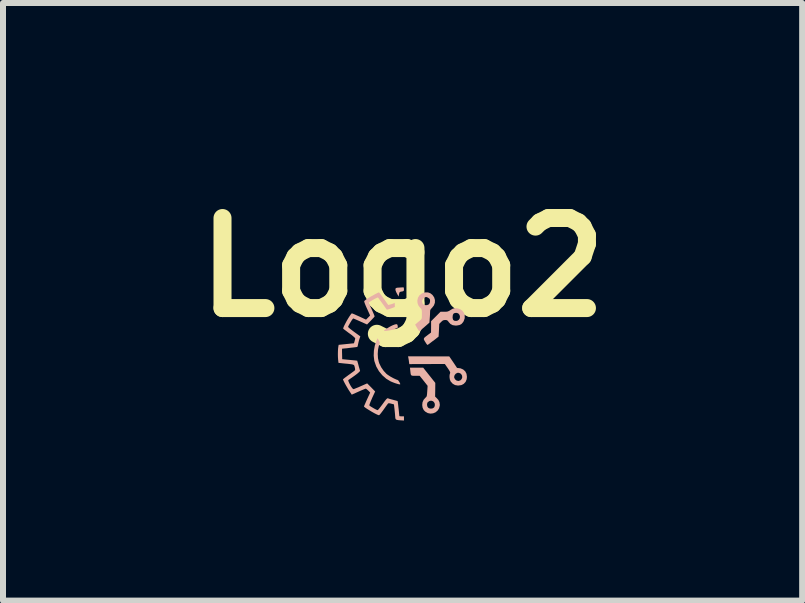
<source format=kicad_pcb>
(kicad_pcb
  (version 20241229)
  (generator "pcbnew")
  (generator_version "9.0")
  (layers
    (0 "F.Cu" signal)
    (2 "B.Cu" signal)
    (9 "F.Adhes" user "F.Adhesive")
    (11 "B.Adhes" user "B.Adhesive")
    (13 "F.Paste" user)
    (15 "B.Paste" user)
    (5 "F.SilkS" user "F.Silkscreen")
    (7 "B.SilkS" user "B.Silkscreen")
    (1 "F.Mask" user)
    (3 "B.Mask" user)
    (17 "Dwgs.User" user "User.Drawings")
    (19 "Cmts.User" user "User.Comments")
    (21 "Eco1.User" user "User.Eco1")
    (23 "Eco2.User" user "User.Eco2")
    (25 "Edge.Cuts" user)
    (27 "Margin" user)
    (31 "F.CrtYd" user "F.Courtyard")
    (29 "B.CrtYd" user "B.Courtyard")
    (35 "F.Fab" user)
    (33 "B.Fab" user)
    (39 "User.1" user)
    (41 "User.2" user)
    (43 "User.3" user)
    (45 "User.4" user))
  (footprint "Logo2"
    (layer "F.Cu")
    (at 3.607 2.904)
    (property "Reference" "Logo2" (at 0.05 -1.5 0) (layer "F.SilkS") (effects (font (size 1.5 1.5) (thickness 0.3))))
    (attr board_only exclude_from_pos_files exclude_from_bom)
    (fp_poly (pts (xy -0.009 -1.053) (xy -0.004 -1.077) (xy 0.005 -1.089) (xy 0.02 -1.095) (xy 0.036 -1.097) (xy 0.058 -1.102) (xy 0.069 -1.109) (xy 0.072 -1.123) (xy 0.073 -1.136) (xy 0.07 -1.16) (xy 0.063 -1.168) (xy 0.062 -1.168) (xy 0.048 -1.166) (xy 0.023 -1.165) (xy -0.006 -1.163) (xy -0.037 -1.161) (xy -0.055 -1.157) (xy -0.064 -1.151) (xy -0.069 -1.14) (xy -0.069 -1.139) (xy -0.068 -1.119) (xy -0.057 -1.089) (xy -0.046 -1.067) (xy -0.017 -1.014)) (stroke (width 0) (type solid)) (fill yes) (layer "B.SilkS"))
    (fp_poly (pts (xy -0.233 -0.441) (xy -0.205 -0.444) (xy -0.172 -0.449) (xy -0.14 -0.455) (xy -0.112 -0.462) (xy -0.095 -0.468) (xy -0.07 -0.478) (xy -0.049 -0.485) (xy -0.042 -0.486) (xy -0.033 -0.494) (xy -0.03 -0.511) (xy -0.033 -0.534) (xy -0.035 -0.541) (xy -0.043 -0.551) (xy -0.057 -0.553) (xy -0.08 -0.548) (xy -0.115 -0.535) (xy -0.117 -0.534) (xy -0.142 -0.522) (xy -0.172 -0.506) (xy -0.202 -0.487) (xy -0.229 -0.47) (xy -0.25 -0.455) (xy -0.26 -0.445) (xy -0.26 -0.444) (xy -0.253 -0.441)) (stroke (width 0) (type solid)) (fill yes) (layer "B.SilkS"))
    (fp_poly (pts (xy 0.011 0.448) (xy 0.01 0.439) (xy 0.002 0.421) (xy -0.01 0.401) (xy -0.022 0.384) (xy -0.032 0.376) (xy -0.033 0.376) (xy -0.05 0.371) (xy -0.077 0.359) (xy -0.111 0.343) (xy -0.147 0.323) (xy -0.18 0.302) (xy -0.208 0.283) (xy -0.219 0.274) (xy -0.264 0.226) (xy -0.305 0.167) (xy -0.336 0.105) (xy -0.346 0.077) (xy -0.36 0.013) (xy -0.364 -0.058) (xy -0.359 -0.13) (xy -0.346 -0.19) (xy -0.328 -0.247) (xy -0.346 -0.281) (xy -0.357 -0.302) (xy -0.364 -0.314) (xy -0.366 -0.316) (xy -0.371 -0.309) (xy -0.38 -0.29) (xy -0.387 -0.274) (xy -0.413 -0.195) (xy -0.428 -0.111) (xy -0.431 -0.027) (xy -0.422 0.053) (xy -0.417 0.071) (xy -0.388 0.153) (xy -0.344 0.23) (xy -0.288 0.298) (xy -0.222 0.356) (xy -0.149 0.4) (xy -0.113 0.415) (xy -0.076 0.429) (xy -0.041 0.44) (xy -0.012 0.448) (xy 0.006 0.45)) (stroke (width 0) (type solid)) (fill yes) (layer "B.SilkS"))
    (fp_poly (pts (xy 1.028 0.462) (xy 1.069 0.441) (xy 1.1 0.408) (xy 1.118 0.364) (xy 1.122 0.324) (xy 1.115 0.274) (xy 1.094 0.233) (xy 1.06 0.202) (xy 1.017 0.183) (xy 0.997 0.18) (xy 0.957 0.175) (xy 0.893 0.079) (xy 0.828 -0.016) (xy 0.485 -0.017) (xy 0.141 -0.017) (xy 0.146 0.006) (xy 0.15 0.029) (xy 0.155 0.059) (xy 0.156 0.071) (xy 0.162 0.112) (xy 0.458 0.111) (xy 0.754 0.11) (xy 0.802 0.179) (xy 0.824 0.212) (xy 0.837 0.235) (xy 0.843 0.25) (xy 0.842 0.261) (xy 0.841 0.264) (xy 0.833 0.292) (xy 0.832 0.324) (xy 0.909 0.324) (xy 0.917 0.295) (xy 0.937 0.271) (xy 0.965 0.257) (xy 0.977 0.256) (xy 1.007 0.264) (xy 1.025 0.277) (xy 1.041 0.304) (xy 1.044 0.333) (xy 1.034 0.36) (xy 1.015 0.381) (xy 0.986 0.392) (xy 0.977 0.393) (xy 0.948 0.385) (xy 0.924 0.365) (xy 0.91 0.337) (xy 0.909 0.324) (xy 0.832 0.324) (xy 0.832 0.329) (xy 0.837 0.366) (xy 0.849 0.397) (xy 0.852 0.402) (xy 0.885 0.439) (xy 0.924 0.461) (xy 0.971 0.469) (xy 0.977 0.469)) (stroke (width 0) (type solid)) (fill yes) (layer "B.SilkS"))
    (fp_poly (pts (xy 0.558 0.932) (xy 0.598 0.916) (xy 0.632 0.888) (xy 0.657 0.85) (xy 0.669 0.805) (xy 0.67 0.786) (xy 0.664 0.745) (xy 0.646 0.709) (xy 0.619 0.679) (xy 0.592 0.653) (xy 0.594 0.539) (xy 0.595 0.425) (xy 0.494 0.298) (xy 0.393 0.171) (xy 0.283 0.171) (xy 0.173 0.171) (xy 0.179 0.228) (xy 0.183 0.265) (xy 0.188 0.288) (xy 0.198 0.301) (xy 0.215 0.306) (xy 0.243 0.307) (xy 0.264 0.307) (xy 0.334 0.307) (xy 0.401 0.39) (xy 0.467 0.474) (xy 0.461 0.563) (xy 0.458 0.604) (xy 0.455 0.631) (xy 0.451 0.648) (xy 0.444 0.66) (xy 0.434 0.669) (xy 0.43 0.673) (xy 0.4 0.707) (xy 0.382 0.748) (xy 0.378 0.785) (xy 0.457 0.785) (xy 0.462 0.758) (xy 0.467 0.75) (xy 0.494 0.728) (xy 0.525 0.721) (xy 0.555 0.73) (xy 0.571 0.743) (xy 0.585 0.767) (xy 0.588 0.796) (xy 0.58 0.825) (xy 0.572 0.836) (xy 0.549 0.85) (xy 0.52 0.854) (xy 0.491 0.848) (xy 0.474 0.836) (xy 0.461 0.814) (xy 0.457 0.785) (xy 0.378 0.785) (xy 0.377 0.793) (xy 0.383 0.837) (xy 0.402 0.877) (xy 0.427 0.903) (xy 0.47 0.928) (xy 0.515 0.937)) (stroke (width 0) (type solid)) (fill yes) (layer "B.SilkS"))
    (fp_poly (pts (xy 0.337 -0.441) (xy 0.355 -0.455) (xy 0.38 -0.477) (xy 0.411 -0.503) (xy 0.415 -0.507) (xy 0.497 -0.579) (xy 0.502 -0.645) (xy 0.505 -0.684) (xy 0.507 -0.723) (xy 0.508 -0.753) (xy 0.508 -0.753) (xy 0.509 -0.779) (xy 0.516 -0.798) (xy 0.531 -0.816) (xy 0.541 -0.826) (xy 0.572 -0.866) (xy 0.588 -0.91) (xy 0.589 -0.956) (xy 0.576 -1) (xy 0.549 -1.039) (xy 0.513 -1.068) (xy 0.475 -1.082) (xy 0.431 -1.083) (xy 0.388 -1.073) (xy 0.366 -1.062) (xy 0.329 -1.032) (xy 0.306 -0.993) (xy 0.296 -0.949) (xy 0.297 -0.926) (xy 0.376 -0.926) (xy 0.379 -0.954) (xy 0.393 -0.979) (xy 0.414 -0.996) (xy 0.434 -1.005) (xy 0.45 -1.005) (xy 0.469 -0.997) (xy 0.48 -0.99) (xy 0.499 -0.976) (xy 0.506 -0.96) (xy 0.508 -0.939) (xy 0.502 -0.904) (xy 0.484 -0.881) (xy 0.455 -0.87) (xy 0.427 -0.87) (xy 0.4 -0.88) (xy 0.383 -0.9) (xy 0.376 -0.926) (xy 0.297 -0.926) (xy 0.299 -0.904) (xy 0.316 -0.86) (xy 0.345 -0.824) (xy 0.357 -0.812) (xy 0.365 -0.8) (xy 0.369 -0.785) (xy 0.371 -0.762) (xy 0.371 -0.726) (xy 0.371 -0.72) (xy 0.371 -0.683) (xy 0.37 -0.659) (xy 0.366 -0.643) (xy 0.359 -0.632) (xy 0.347 -0.621) (xy 0.344 -0.618) (xy 0.318 -0.597) (xy 0.291 -0.574) (xy 0.287 -0.57) (xy 0.259 -0.546) (xy 0.291 -0.49) (xy 0.307 -0.464) (xy 0.321 -0.444) (xy 0.328 -0.435) (xy 0.329 -0.435)) (stroke (width 0) (type solid)) (fill yes) (layer "B.SilkS"))
    (fp_poly (pts (xy 0.466 -0.207) (xy 0.475 -0.213) (xy 0.495 -0.227) (xy 0.522 -0.248) (xy 0.555 -0.273) (xy 0.562 -0.277) (xy 0.65 -0.346) (xy 0.656 -0.452) (xy 0.661 -0.558) (xy 0.693 -0.591) (xy 0.715 -0.611) (xy 0.734 -0.62) (xy 0.757 -0.623) (xy 0.76 -0.623) (xy 0.783 -0.621) (xy 0.798 -0.614) (xy 0.813 -0.597) (xy 0.819 -0.588) (xy 0.848 -0.556) (xy 0.884 -0.537) (xy 0.931 -0.53) (xy 0.954 -0.531) (xy 0.998 -0.539) (xy 1.032 -0.557) (xy 1.058 -0.587) (xy 1.069 -0.606) (xy 1.085 -0.653) (xy 1.085 -0.699) (xy 1.072 -0.741) (xy 1.046 -0.776) (xy 1.009 -0.803) (xy 0.964 -0.817) (xy 0.938 -0.819) (xy 0.908 -0.817) (xy 0.883 -0.81) (xy 0.855 -0.793) (xy 0.849 -0.789) (xy 0.824 -0.774) (xy 0.803 -0.765) (xy 0.779 -0.761) (xy 0.746 -0.76) (xy 0.743 -0.76) (xy 0.682 -0.76) (xy 0.603 -0.681) (xy 0.592 -0.67) (xy 0.883 -0.67) (xy 0.887 -0.705) (xy 0.897 -0.727) (xy 0.918 -0.739) (xy 0.946 -0.742) (xy 0.972 -0.735) (xy 0.979 -0.731) (xy 0.999 -0.707) (xy 1.006 -0.678) (xy 1.002 -0.65) (xy 0.986 -0.626) (xy 0.961 -0.61) (xy 0.939 -0.607) (xy 0.91 -0.611) (xy 0.892 -0.626) (xy 0.884 -0.654) (xy 0.883 -0.67) (xy 0.592 -0.67) (xy 0.525 -0.603) (xy 0.525 -0.508) (xy 0.524 -0.414) (xy 0.473 -0.376) (xy 0.439 -0.35) (xy 0.417 -0.332) (xy 0.406 -0.317) (xy 0.404 -0.302) (xy 0.411 -0.285) (xy 0.425 -0.261) (xy 0.428 -0.257) (xy 0.444 -0.231) (xy 0.457 -0.214) (xy 0.466 -0.207)) (stroke (width 0) (type solid)) (fill yes) (layer "B.SilkS"))
    (fp_poly (pts (xy 0.073 1.017) (xy 0.073 0.982) (xy 0.034 0.982) (xy 0.011 0.981) (xy -0.003 0.979) (xy -0.004 0.978) (xy -0.005 0.965) (xy -0.008 0.94) (xy -0.011 0.906) (xy -0.015 0.868) (xy -0.02 0.828) (xy -0.024 0.79) (xy -0.028 0.759) (xy -0.031 0.737) (xy -0.033 0.728) (xy -0.042 0.725) (xy -0.063 0.719) (xy -0.094 0.711) (xy -0.107 0.707) (xy -0.142 0.698) (xy -0.171 0.69) (xy -0.19 0.683) (xy -0.194 0.682) (xy -0.201 0.681) (xy -0.211 0.687) (xy -0.225 0.701) (xy -0.245 0.726) (xy -0.272 0.763) (xy -0.282 0.777) (xy -0.309 0.813) (xy -0.332 0.843) (xy -0.351 0.866) (xy -0.363 0.878) (xy -0.366 0.879) (xy -0.379 0.875) (xy -0.402 0.864) (xy -0.429 0.849) (xy -0.458 0.832) (xy -0.483 0.817) (xy -0.5 0.804) (xy -0.504 0.799) (xy -0.502 0.788) (xy -0.494 0.765) (xy -0.481 0.732) (xy -0.464 0.693) (xy -0.458 0.678) (xy -0.407 0.568) (xy -0.473 0.5) (xy -0.54 0.433) (xy -0.649 0.481) (xy -0.689 0.499) (xy -0.725 0.513) (xy -0.751 0.524) (xy -0.767 0.529) (xy -0.769 0.529) (xy -0.78 0.522) (xy -0.795 0.504) (xy -0.812 0.479) (xy -0.828 0.45) (xy -0.842 0.422) (xy -0.852 0.397) (xy -0.855 0.381) (xy -0.853 0.377) (xy -0.796 0.338) (xy -0.747 0.303) (xy -0.707 0.273) (xy -0.678 0.248) (xy -0.662 0.231) (xy -0.658 0.222) (xy -0.663 0.208) (xy -0.67 0.183) (xy -0.68 0.149) (xy -0.684 0.133) (xy -0.693 0.099) (xy -0.701 0.073) (xy -0.705 0.058) (xy -0.706 0.055) (xy -0.715 0.054) (xy -0.738 0.051) (xy -0.771 0.048) (xy -0.813 0.044) (xy -0.832 0.042) (xy -0.956 0.03) (xy -0.958 -0.058) (xy -0.959 -0.094) (xy -0.959 -0.123) (xy -0.958 -0.141) (xy -0.957 -0.145) (xy -0.943 -0.146) (xy -0.916 -0.149) (xy -0.881 -0.152) (xy -0.842 -0.157) (xy -0.801 -0.162) (xy -0.764 -0.166) (xy -0.732 -0.17) (xy -0.711 -0.173) (xy -0.704 -0.175) (xy -0.699 -0.185) (xy -0.694 -0.206) (xy -0.692 -0.218) (xy -0.685 -0.249) (xy -0.676 -0.286) (xy -0.67 -0.303) (xy -0.654 -0.35) (xy -0.756 -0.424) (xy -0.792 -0.451) (xy -0.822 -0.474) (xy -0.844 -0.493) (xy -0.856 -0.505) (xy -0.858 -0.507) (xy -0.854 -0.52) (xy -0.843 -0.541) (xy -0.828 -0.568) (xy -0.811 -0.596) (xy -0.795 -0.622) (xy -0.781 -0.64) (xy -0.773 -0.649) (xy -0.773 -0.649) (xy -0.762 -0.645) (xy -0.74 -0.636) (xy -0.708 -0.622) (xy -0.669 -0.605) (xy -0.654 -0.598) (xy -0.542 -0.548) (xy -0.48 -0.611) (xy -0.454 -0.639) (xy -0.433 -0.661) (xy -0.42 -0.677) (xy -0.416 -0.682) (xy -0.418 -0.691) (xy -0.427 -0.714) (xy -0.44 -0.745) (xy -0.457 -0.784) (xy -0.465 -0.801) (xy -0.516 -0.914) (xy -0.476 -0.939) (xy -0.446 -0.957) (xy -0.416 -0.974) (xy -0.389 -0.987) (xy -0.369 -0.996) (xy -0.359 -0.998) (xy -0.359 -0.997) (xy -0.354 -0.99) (xy -0.34 -0.971) (xy -0.32 -0.943) (xy -0.295 -0.909) (xy -0.286 -0.896) (xy -0.26 -0.861) (xy -0.239 -0.831) (xy -0.223 -0.809) (xy -0.214 -0.797) (xy -0.214 -0.796) (xy -0.204 -0.796) (xy -0.184 -0.801) (xy -0.157 -0.81) (xy -0.129 -0.82) (xy -0.103 -0.83) (xy -0.084 -0.838) (xy -0.078 -0.844) (xy -0.079 -0.858) (xy -0.08 -0.881) (xy -0.08 -0.885) (xy -0.082 -0.903) (xy -0.086 -0.909) (xy -0.088 -0.908) (xy -0.099 -0.9) (xy -0.121 -0.891) (xy -0.141 -0.885) (xy -0.189 -0.873) (xy -0.263 -0.978) (xy -0.29 -1.015) (xy -0.313 -1.046) (xy -0.331 -1.069) (xy -0.342 -1.082) (xy -0.344 -1.084) (xy -0.353 -1.08) (xy -0.375 -1.07) (xy -0.404 -1.055) (xy -0.428 -1.042) (xy -0.479 -1.014) (xy -0.523 -0.987) (xy -0.558 -0.964) (xy -0.581 -0.946) (xy -0.59 -0.935) (xy -0.588 -0.924) (xy -0.58 -0.9) (xy -0.567 -0.867) (xy -0.55 -0.828) (xy -0.542 -0.811) (xy -0.491 -0.698) (xy -0.525 -0.663) (xy -0.559 -0.629) (xy -0.673 -0.682) (xy -0.714 -0.7) (xy -0.749 -0.716) (xy -0.776 -0.727) (xy -0.792 -0.733) (xy -0.794 -0.734) (xy -0.804 -0.727) (xy -0.819 -0.707) (xy -0.838 -0.679) (xy -0.86 -0.644) (xy -0.882 -0.606) (xy -0.902 -0.568) (xy -0.92 -0.533) (xy -0.933 -0.505) (xy -0.939 -0.485) (xy -0.939 -0.479) (xy -0.931 -0.471) (xy -0.911 -0.456) (xy -0.883 -0.435) (xy -0.849 -0.409) (xy -0.836 -0.4) (xy -0.799 -0.373) (xy -0.769 -0.348) (xy -0.748 -0.329) (xy -0.739 -0.318) (xy -0.739 -0.316) (xy -0.742 -0.3) (xy -0.748 -0.276) (xy -0.75 -0.269) (xy -0.76 -0.235) (xy -0.888 -0.222) (xy -1.015 -0.209) (xy -1.021 -0.175) (xy -1.025 -0.143) (xy -1.027 -0.1) (xy -1.028 -0.052) (xy -1.027 -0.004) (xy -1.024 0.038) (xy -1.023 0.048) (xy -1.018 0.091) (xy -0.919 0.102) (xy -0.863 0.107) (xy -0.822 0.112) (xy -0.793 0.116) (xy -0.774 0.121) (xy -0.762 0.127) (xy -0.756 0.135) (xy -0.751 0.147) (xy -0.748 0.162) (xy -0.747 0.163) (xy -0.742 0.188) (xy -0.741 0.207) (xy -0.742 0.212) (xy -0.75 0.22) (xy -0.77 0.236) (xy -0.799 0.257) (xy -0.833 0.282) (xy -0.845 0.29) (xy -0.88 0.316) (xy -0.91 0.338) (xy -0.931 0.355) (xy -0.942 0.364) (xy -0.943 0.366) (xy -0.939 0.378) (xy -0.928 0.402) (xy -0.912 0.433) (xy -0.892 0.469) (xy -0.871 0.505) (xy -0.851 0.539) (xy -0.837 0.56) (xy -0.797 0.621) (xy -0.685 0.571) (xy -0.645 0.553) (xy -0.609 0.538) (xy -0.582 0.527) (xy -0.566 0.521) (xy -0.564 0.521) (xy -0.553 0.526) (xy -0.535 0.541) (xy -0.522 0.553) (xy -0.49 0.586) (xy -0.542 0.699) (xy -0.56 0.739) (xy -0.575 0.774) (xy -0.587 0.801) (xy -0.593 0.816) (xy -0.593 0.818) (xy -0.586 0.826) (xy -0.567 0.841) (xy -0.538 0.86) (xy -0.504 0.881) (xy -0.466 0.904) (xy -0.429 0.925) (xy -0.395 0.943) (xy -0.367 0.956) (xy -0.348 0.963) (xy -0.343 0.964) (xy -0.334 0.957) (xy -0.318 0.939) (xy -0.297 0.912) (xy -0.273 0.88) (xy -0.271 0.877) (xy -0.246 0.842) (xy -0.224 0.811) (xy -0.207 0.788) (xy -0.197 0.775) (xy -0.197 0.774) (xy -0.189 0.766) (xy -0.178 0.764) (xy -0.16 0.766) (xy -0.14 0.771) (xy -0.094 0.783) (xy -0.084 0.867) (xy -0.08 0.908) (xy -0.076 0.946) (xy -0.074 0.976) (xy -0.073 0.986) (xy -0.071 1.013) (xy -0.064 1.03) (xy -0.05 1.04) (xy -0.024 1.045) (xy 0.008 1.048) (xy 0.073 1.052)) (stroke (width 0) (type solid)) (fill yes) (layer "B.SilkS")))
  (gr_rect
    (start -3 -3)
    (end 10.314 6.956)
    (stroke (width 0.1) (type default))
    (fill no)
    (layer "Edge.Cuts")))
</source>
